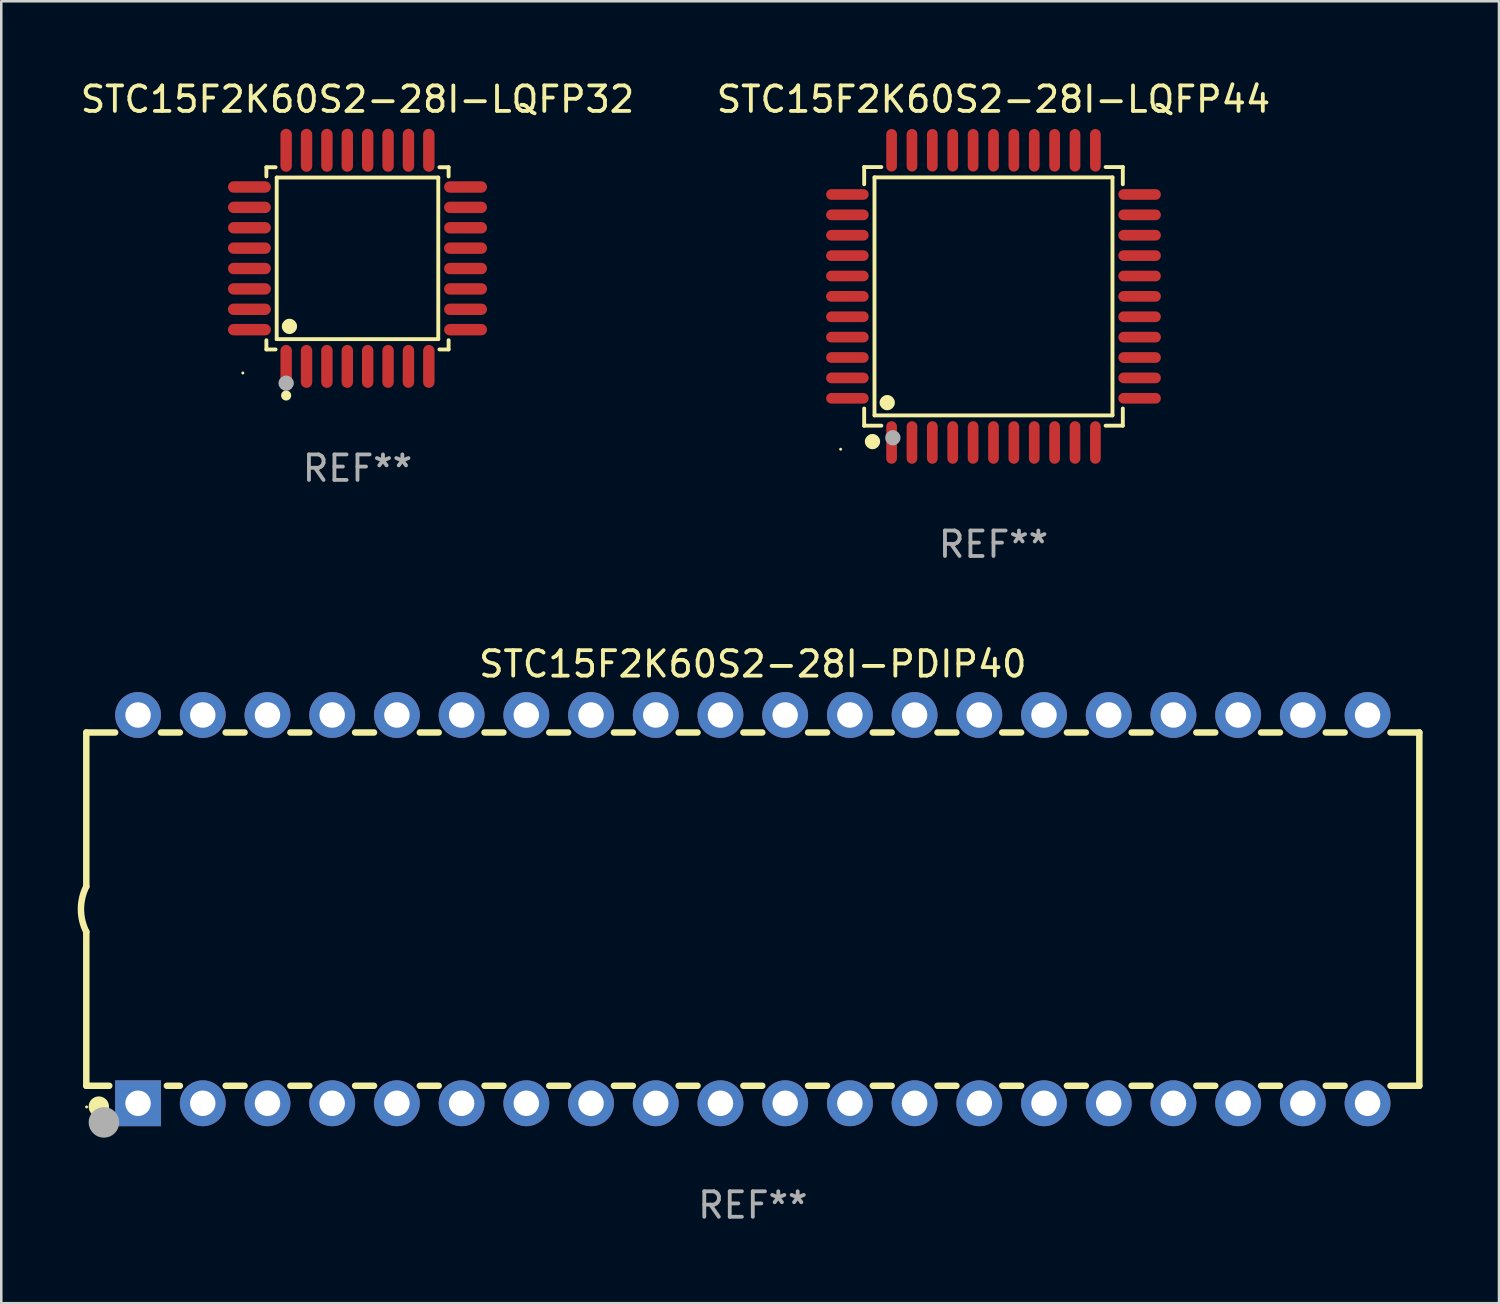
<source format=kicad_pcb>
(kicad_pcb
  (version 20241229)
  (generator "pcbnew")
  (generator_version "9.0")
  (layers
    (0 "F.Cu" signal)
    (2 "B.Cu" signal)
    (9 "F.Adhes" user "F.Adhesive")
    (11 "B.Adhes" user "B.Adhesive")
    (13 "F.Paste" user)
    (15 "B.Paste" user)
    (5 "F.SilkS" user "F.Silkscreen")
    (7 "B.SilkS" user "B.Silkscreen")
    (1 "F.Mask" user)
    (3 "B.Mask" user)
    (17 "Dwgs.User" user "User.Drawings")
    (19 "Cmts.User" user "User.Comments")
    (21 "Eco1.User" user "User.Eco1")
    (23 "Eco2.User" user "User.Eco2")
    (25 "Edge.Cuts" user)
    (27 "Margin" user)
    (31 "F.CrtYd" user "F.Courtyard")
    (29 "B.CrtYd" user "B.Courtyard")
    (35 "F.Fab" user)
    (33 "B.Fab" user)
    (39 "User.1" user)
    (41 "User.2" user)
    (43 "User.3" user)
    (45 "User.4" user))
  (footprint "STC15F2K60S2-28I-LQFP44"
    (layer "F.Cu")
    (at 35.946 8.583)
    (property "Reference" "STC15F2K60S2-28I-LQFP44" (at 0 -7.735 0) (layer "F.SilkS") (effects (font (size 1 1) (thickness 0.15))))
    (attr through_hole)
    (fp_line (start -5.076 -5.076) (end -4.401 -5.076) (stroke (width 0.152) (type solid)) (layer "F.SilkS"))
    (fp_line (start -5.076 -4.401) (end -5.076 -5.076) (stroke (width 0.152) (type solid)) (layer "F.SilkS"))
    (fp_line (start -5.076 4.401) (end -5.076 5.076) (stroke (width 0.152) (type solid)) (layer "F.SilkS"))
    (fp_line (start -5.076 5.076) (end -4.401 5.076) (stroke (width 0.152) (type solid)) (layer "F.SilkS"))
    (fp_line (start -4.671 -4.671) (end 4.671 -4.671) (stroke (width 0.152) (type solid)) (layer "F.SilkS"))
    (fp_line (start -4.671 4.671) (end -4.671 -4.671) (stroke (width 0.152) (type solid)) (layer "F.SilkS"))
    (fp_line (start 4.671 -4.671) (end 4.671 4.671) (stroke (width 0.152) (type solid)) (layer "F.SilkS"))
    (fp_line (start 4.671 4.671) (end -4.671 4.671) (stroke (width 0.152) (type solid)) (layer "F.SilkS"))
    (fp_line (start 5.076 -5.076) (end 4.401 -5.076) (stroke (width 0.152) (type solid)) (layer "F.SilkS"))
    (fp_line (start 5.076 -4.401) (end 5.076 -5.076) (stroke (width 0.152) (type solid)) (layer "F.SilkS"))
    (fp_line (start 5.076 4.401) (end 5.076 5.076) (stroke (width 0.152) (type solid)) (layer "F.SilkS"))
    (fp_line (start 5.076 5.076) (end 4.401 5.076) (stroke (width 0.152) (type solid)) (layer "F.SilkS"))
    (fp_circle (center -6 6) (end -5.97 6) (stroke (width 0.06) (type solid)) (fill no) (layer "F.SilkS"))
    (fp_circle (center -4.75 5.7) (end -4.6 5.7) (stroke (width 0.3) (type solid)) (fill no) (layer "F.SilkS"))
    (fp_circle (center -4.171 4.171) (end -4.021 4.171) (stroke (width 0.3) (type solid)) (fill no) (layer "F.SilkS"))
    (fp_circle (center -3.95 5.55) (end -3.8 5.55) (stroke (width 0.3) (type solid)) (fill no) (layer "F.Fab"))
    (fp_text user "REF**" (at 0 9.735 0) (layer "F.Fab") (effects (font (size 1 1) (thickness 0.15))))
    (pad "1" smd oval (at -4 5.735) (size 0.42 1.67) (layers "F.Cu" "F.Mask" "F.Paste"))
    (pad "2" smd oval (at -3.2 5.735) (size 0.42 1.67) (layers "F.Cu" "F.Mask" "F.Paste"))
    (pad "3" smd oval (at -2.4 5.735) (size 0.42 1.67) (layers "F.Cu" "F.Mask" "F.Paste"))
    (pad "4" smd oval (at -1.6 5.735) (size 0.42 1.67) (layers "F.Cu" "F.Mask" "F.Paste"))
    (pad "5" smd oval (at -0.8 5.735) (size 0.42 1.67) (layers "F.Cu" "F.Mask" "F.Paste"))
    (pad "6" smd oval (at 0 5.735) (size 0.42 1.67) (layers "F.Cu" "F.Mask" "F.Paste"))
    (pad "7" smd oval (at 0.8 5.735) (size 0.42 1.67) (layers "F.Cu" "F.Mask" "F.Paste"))
    (pad "8" smd oval (at 1.6 5.735) (size 0.42 1.67) (layers "F.Cu" "F.Mask" "F.Paste"))
    (pad "9" smd oval (at 2.4 5.735) (size 0.42 1.67) (layers "F.Cu" "F.Mask" "F.Paste"))
    (pad "10" smd oval (at 3.2 5.735) (size 0.42 1.67) (layers "F.Cu" "F.Mask" "F.Paste"))
    (pad "11" smd oval (at 4 5.735) (size 0.42 1.67) (layers "F.Cu" "F.Mask" "F.Paste"))
    (pad "12" smd oval (at 5.735 4) (size 1.67 0.42) (layers "F.Cu" "F.Mask" "F.Paste"))
    (pad "13" smd oval (at 5.735 3.2) (size 1.67 0.42) (layers "F.Cu" "F.Mask" "F.Paste"))
    (pad "14" smd oval (at 5.735 2.4) (size 1.67 0.42) (layers "F.Cu" "F.Mask" "F.Paste"))
    (pad "15" smd oval (at 5.735 1.6) (size 1.67 0.42) (layers "F.Cu" "F.Mask" "F.Paste"))
    (pad "16" smd oval (at 5.735 0.8) (size 1.67 0.42) (layers "F.Cu" "F.Mask" "F.Paste"))
    (pad "17" smd oval (at 5.735 0) (size 1.67 0.42) (layers "F.Cu" "F.Mask" "F.Paste"))
    (pad "18" smd oval (at 5.735 -0.8) (size 1.67 0.42) (layers "F.Cu" "F.Mask" "F.Paste"))
    (pad "19" smd oval (at 5.735 -1.6) (size 1.67 0.42) (layers "F.Cu" "F.Mask" "F.Paste"))
    (pad "20" smd oval (at 5.735 -2.4) (size 1.67 0.42) (layers "F.Cu" "F.Mask" "F.Paste"))
    (pad "21" smd oval (at 5.735 -3.2) (size 1.67 0.42) (layers "F.Cu" "F.Mask" "F.Paste"))
    (pad "22" smd oval (at 5.735 -4) (size 1.67 0.42) (layers "F.Cu" "F.Mask" "F.Paste"))
    (pad "23" smd oval (at 4 -5.735) (size 0.42 1.67) (layers "F.Cu" "F.Mask" "F.Paste"))
    (pad "24" smd oval (at 3.2 -5.735) (size 0.42 1.67) (layers "F.Cu" "F.Mask" "F.Paste"))
    (pad "25" smd oval (at 2.4 -5.735) (size 0.42 1.67) (layers "F.Cu" "F.Mask" "F.Paste"))
    (pad "26" smd oval (at 1.6 -5.735) (size 0.42 1.67) (layers "F.Cu" "F.Mask" "F.Paste"))
    (pad "27" smd oval (at 0.8 -5.735) (size 0.42 1.67) (layers "F.Cu" "F.Mask" "F.Paste"))
    (pad "28" smd oval (at 0 -5.735) (size 0.42 1.67) (layers "F.Cu" "F.Mask" "F.Paste"))
    (pad "29" smd oval (at -0.8 -5.735) (size 0.42 1.67) (layers "F.Cu" "F.Mask" "F.Paste"))
    (pad "30" smd oval (at -1.6 -5.735) (size 0.42 1.67) (layers "F.Cu" "F.Mask" "F.Paste"))
    (pad "31" smd oval (at -2.4 -5.735) (size 0.42 1.67) (layers "F.Cu" "F.Mask" "F.Paste"))
    (pad "32" smd oval (at -3.2 -5.735) (size 0.42 1.67) (layers "F.Cu" "F.Mask" "F.Paste"))
    (pad "33" smd oval (at -4 -5.735) (size 0.42 1.67) (layers "F.Cu" "F.Mask" "F.Paste"))
    (pad "34" smd oval (at -5.735 -4) (size 1.67 0.42) (layers "F.Cu" "F.Mask" "F.Paste"))
    (pad "35" smd oval (at -5.735 -3.2) (size 1.67 0.42) (layers "F.Cu" "F.Mask" "F.Paste"))
    (pad "36" smd oval (at -5.735 -2.4) (size 1.67 0.42) (layers "F.Cu" "F.Mask" "F.Paste"))
    (pad "37" smd oval (at -5.735 -1.6) (size 1.67 0.42) (layers "F.Cu" "F.Mask" "F.Paste"))
    (pad "38" smd oval (at -5.735 -0.8) (size 1.67 0.42) (layers "F.Cu" "F.Mask" "F.Paste"))
    (pad "39" smd oval (at -5.735 0) (size 1.67 0.42) (layers "F.Cu" "F.Mask" "F.Paste"))
    (pad "40" smd oval (at -5.735 0.8) (size 1.67 0.42) (layers "F.Cu" "F.Mask" "F.Paste"))
    (pad "41" smd oval (at -5.735 1.6) (size 1.67 0.42) (layers "F.Cu" "F.Mask" "F.Paste"))
    (pad "42" smd oval (at -5.735 2.4) (size 1.67 0.42) (layers "F.Cu" "F.Mask" "F.Paste"))
    (pad "43" smd oval (at -5.735 3.2) (size 1.67 0.42) (layers "F.Cu" "F.Mask" "F.Paste"))
    (pad "44" smd oval (at -5.735 4) (size 1.67 0.42) (layers "F.Cu" "F.Mask" "F.Paste")))
  (footprint "STC15F2K60S2-28I-LQFP32"
    (layer "F.Cu")
    (at 10.982 7.09)
    (property "Reference" "STC15F2K60S2-28I-LQFP32" (at 0 -6.242 0) (layer "F.SilkS") (effects (font (size 1 1) (thickness 0.15))))
    (attr through_hole)
    (fp_line (start -3.576 -3.576) (end -3.215 -3.576) (stroke (width 0.152) (type solid)) (layer "F.SilkS"))
    (fp_line (start -3.576 -3.215) (end -3.576 -3.576) (stroke (width 0.152) (type solid)) (layer "F.SilkS"))
    (fp_line (start -3.576 3.215) (end -3.576 3.576) (stroke (width 0.152) (type solid)) (layer "F.SilkS"))
    (fp_line (start -3.576 3.576) (end -3.215 3.576) (stroke (width 0.152) (type solid)) (layer "F.SilkS"))
    (fp_line (start -3.171 -3.171) (end 3.171 -3.171) (stroke (width 0.152) (type solid)) (layer "F.SilkS"))
    (fp_line (start -3.171 3.171) (end -3.171 -3.171) (stroke (width 0.152) (type solid)) (layer "F.SilkS"))
    (fp_line (start 3.171 -3.171) (end 3.171 3.171) (stroke (width 0.152) (type solid)) (layer "F.SilkS"))
    (fp_line (start 3.171 3.171) (end -3.171 3.171) (stroke (width 0.152) (type solid)) (layer "F.SilkS"))
    (fp_line (start 3.576 -3.576) (end 3.215 -3.576) (stroke (width 0.152) (type solid)) (layer "F.SilkS"))
    (fp_line (start 3.576 -3.215) (end 3.576 -3.576) (stroke (width 0.152) (type solid)) (layer "F.SilkS"))
    (fp_line (start 3.576 3.215) (end 3.576 3.576) (stroke (width 0.152) (type solid)) (layer "F.SilkS"))
    (fp_line (start 3.576 3.576) (end 3.215 3.576) (stroke (width 0.152) (type solid)) (layer "F.SilkS"))
    (fp_circle (center -4.5 4.5) (end -4.47 4.5) (stroke (width 0.06) (type solid)) (fill no) (layer "F.SilkS"))
    (fp_circle (center -2.8 5.384) (end -2.7 5.384) (stroke (width 0.2) (type solid)) (fill no) (layer "F.SilkS"))
    (fp_circle (center -2.671 2.671) (end -2.521 2.671) (stroke (width 0.3) (type solid)) (fill no) (layer "F.SilkS"))
    (fp_circle (center -2.8 4.9) (end -2.65 4.9) (stroke (width 0.3) (type solid)) (fill no) (layer "F.Fab"))
    (fp_text user "REF**" (at 0 8.242 0) (layer "F.Fab") (effects (font (size 1 1) (thickness 0.15))))
    (pad "1" smd oval (at -2.8 4.242) (size 0.448 1.684) (layers "F.Cu" "F.Mask" "F.Paste"))
    (pad "2" smd oval (at -2 4.242) (size 0.448 1.684) (layers "F.Cu" "F.Mask" "F.Paste"))
    (pad "3" smd oval (at -1.2 4.242) (size 0.448 1.684) (layers "F.Cu" "F.Mask" "F.Paste"))
    (pad "4" smd oval (at -0.4 4.242) (size 0.448 1.684) (layers "F.Cu" "F.Mask" "F.Paste"))
    (pad "5" smd oval (at 0.4 4.242) (size 0.448 1.684) (layers "F.Cu" "F.Mask" "F.Paste"))
    (pad "6" smd oval (at 1.2 4.242) (size 0.448 1.684) (layers "F.Cu" "F.Mask" "F.Paste"))
    (pad "7" smd oval (at 2 4.242) (size 0.448 1.684) (layers "F.Cu" "F.Mask" "F.Paste"))
    (pad "8" smd oval (at 2.8 4.242) (size 0.448 1.684) (layers "F.Cu" "F.Mask" "F.Paste"))
    (pad "9" smd oval (at 4.242 2.8) (size 1.684 0.448) (layers "F.Cu" "F.Mask" "F.Paste"))
    (pad "10" smd oval (at 4.242 2) (size 1.684 0.448) (layers "F.Cu" "F.Mask" "F.Paste"))
    (pad "11" smd oval (at 4.242 1.2) (size 1.684 0.448) (layers "F.Cu" "F.Mask" "F.Paste"))
    (pad "12" smd oval (at 4.242 0.4) (size 1.684 0.448) (layers "F.Cu" "F.Mask" "F.Paste"))
    (pad "13" smd oval (at 4.242 -0.4) (size 1.684 0.448) (layers "F.Cu" "F.Mask" "F.Paste"))
    (pad "14" smd oval (at 4.242 -1.2) (size 1.684 0.448) (layers "F.Cu" "F.Mask" "F.Paste"))
    (pad "15" smd oval (at 4.242 -2) (size 1.684 0.448) (layers "F.Cu" "F.Mask" "F.Paste"))
    (pad "16" smd oval (at 4.242 -2.8) (size 1.684 0.448) (layers "F.Cu" "F.Mask" "F.Paste"))
    (pad "17" smd oval (at 2.8 -4.242) (size 0.448 1.684) (layers "F.Cu" "F.Mask" "F.Paste"))
    (pad "18" smd oval (at 2 -4.242) (size 0.448 1.684) (layers "F.Cu" "F.Mask" "F.Paste"))
    (pad "19" smd oval (at 1.2 -4.242) (size 0.448 1.684) (layers "F.Cu" "F.Mask" "F.Paste"))
    (pad "20" smd oval (at 0.4 -4.242) (size 0.448 1.684) (layers "F.Cu" "F.Mask" "F.Paste"))
    (pad "21" smd oval (at -0.4 -4.242) (size 0.448 1.684) (layers "F.Cu" "F.Mask" "F.Paste"))
    (pad "22" smd oval (at -1.2 -4.242) (size 0.448 1.684) (layers "F.Cu" "F.Mask" "F.Paste"))
    (pad "23" smd oval (at -2 -4.242) (size 0.448 1.684) (layers "F.Cu" "F.Mask" "F.Paste"))
    (pad "24" smd oval (at -2.8 -4.242) (size 0.448 1.684) (layers "F.Cu" "F.Mask" "F.Paste"))
    (pad "25" smd oval (at -4.242 -2.8) (size 1.684 0.448) (layers "F.Cu" "F.Mask" "F.Paste"))
    (pad "26" smd oval (at -4.242 -2) (size 1.684 0.448) (layers "F.Cu" "F.Mask" "F.Paste"))
    (pad "27" smd oval (at -4.242 -1.2) (size 1.684 0.448) (layers "F.Cu" "F.Mask" "F.Paste"))
    (pad "28" smd oval (at -4.242 -0.4) (size 1.684 0.448) (layers "F.Cu" "F.Mask" "F.Paste"))
    (pad "29" smd oval (at -4.242 0.4) (size 1.684 0.448) (layers "F.Cu" "F.Mask" "F.Paste"))
    (pad "30" smd oval (at -4.242 1.2) (size 1.684 0.448) (layers "F.Cu" "F.Mask" "F.Paste"))
    (pad "31" smd oval (at -4.242 2) (size 1.684 0.448) (layers "F.Cu" "F.Mask" "F.Paste"))
    (pad "32" smd oval (at -4.242 2.8) (size 1.684 0.448) (layers "F.Cu" "F.Mask" "F.Paste")))
  (footprint "STC15F2K60S2-28I-PDIP40"
    (layer "F.Cu")
    (at 26.499 32.635)
    (property "Reference" "STC15F2K60S2-28I-PDIP40" (at 0 -9.62 0) (layer "F.SilkS") (effects (font (size 1 1) (thickness 0.15))))
    (attr through_hole)
    (fp_line (start -26.162 -6.934) (end -26.162 -0.889) (stroke (width 0.254) (type solid)) (layer "F.SilkS"))
    (fp_line (start -26.162 -6.934) (end -25.029 -6.934) (stroke (width 0.254) (type solid)) (layer "F.SilkS"))
    (fp_line (start -26.162 6.934) (end -26.162 0.889) (stroke (width 0.254) (type solid)) (layer "F.SilkS"))
    (fp_line (start -26.162 6.934) (end -25.261 6.934) (stroke (width 0.254) (type solid)) (layer "F.SilkS"))
    (fp_line (start -23.231 -6.934) (end -22.489 -6.934) (stroke (width 0.254) (type solid)) (layer "F.SilkS"))
    (fp_line (start -22.999 6.934) (end -22.489 6.934) (stroke (width 0.254) (type solid)) (layer "F.SilkS"))
    (fp_line (start -20.691 -6.934) (end -19.949 -6.934) (stroke (width 0.254) (type solid)) (layer "F.SilkS"))
    (fp_line (start -20.691 6.934) (end -19.949 6.934) (stroke (width 0.254) (type solid)) (layer "F.SilkS"))
    (fp_line (start -18.151 -6.934) (end -17.409 -6.934) (stroke (width 0.254) (type solid)) (layer "F.SilkS"))
    (fp_line (start -18.151 6.934) (end -17.409 6.934) (stroke (width 0.254) (type solid)) (layer "F.SilkS"))
    (fp_line (start -15.611 -6.934) (end -14.869 -6.934) (stroke (width 0.254) (type solid)) (layer "F.SilkS"))
    (fp_line (start -15.611 6.934) (end -14.869 6.934) (stroke (width 0.254) (type solid)) (layer "F.SilkS"))
    (fp_line (start -13.071 -6.934) (end -12.329 -6.934) (stroke (width 0.254) (type solid)) (layer "F.SilkS"))
    (fp_line (start -13.071 6.934) (end -12.329 6.934) (stroke (width 0.254) (type solid)) (layer "F.SilkS"))
    (fp_line (start -10.531 -6.934) (end -9.789 -6.934) (stroke (width 0.254) (type solid)) (layer "F.SilkS"))
    (fp_line (start -10.531 6.934) (end -9.789 6.934) (stroke (width 0.254) (type solid)) (layer "F.SilkS"))
    (fp_line (start -7.991 -6.934) (end -7.249 -6.934) (stroke (width 0.254) (type solid)) (layer "F.SilkS"))
    (fp_line (start -7.991 6.934) (end -7.249 6.934) (stroke (width 0.254) (type solid)) (layer "F.SilkS"))
    (fp_line (start -5.451 -6.934) (end -4.709 -6.934) (stroke (width 0.254) (type solid)) (layer "F.SilkS"))
    (fp_line (start -5.451 6.934) (end -4.709 6.934) (stroke (width 0.254) (type solid)) (layer "F.SilkS"))
    (fp_line (start -2.911 -6.934) (end -2.169 -6.934) (stroke (width 0.254) (type solid)) (layer "F.SilkS"))
    (fp_line (start -2.911 6.934) (end -2.169 6.934) (stroke (width 0.254) (type solid)) (layer "F.SilkS"))
    (fp_line (start -0.371 -6.934) (end 0.371 -6.934) (stroke (width 0.254) (type solid)) (layer "F.SilkS"))
    (fp_line (start -0.371 6.934) (end 0.371 6.934) (stroke (width 0.254) (type solid)) (layer "F.SilkS"))
    (fp_line (start 2.169 -6.934) (end 2.911 -6.934) (stroke (width 0.254) (type solid)) (layer "F.SilkS"))
    (fp_line (start 2.169 6.934) (end 2.911 6.934) (stroke (width 0.254) (type solid)) (layer "F.SilkS"))
    (fp_line (start 4.709 -6.934) (end 5.451 -6.934) (stroke (width 0.254) (type solid)) (layer "F.SilkS"))
    (fp_line (start 4.709 6.934) (end 5.451 6.934) (stroke (width 0.254) (type solid)) (layer "F.SilkS"))
    (fp_line (start 7.249 -6.934) (end 7.991 -6.934) (stroke (width 0.254) (type solid)) (layer "F.SilkS"))
    (fp_line (start 7.249 6.934) (end 7.991 6.934) (stroke (width 0.254) (type solid)) (layer "F.SilkS"))
    (fp_line (start 9.789 -6.934) (end 10.531 -6.934) (stroke (width 0.254) (type solid)) (layer "F.SilkS"))
    (fp_line (start 9.789 6.934) (end 10.531 6.934) (stroke (width 0.254) (type solid)) (layer "F.SilkS"))
    (fp_line (start 12.329 -6.934) (end 13.071 -6.934) (stroke (width 0.254) (type solid)) (layer "F.SilkS"))
    (fp_line (start 12.329 6.934) (end 13.071 6.934) (stroke (width 0.254) (type solid)) (layer "F.SilkS"))
    (fp_line (start 14.869 -6.934) (end 15.611 -6.934) (stroke (width 0.254) (type solid)) (layer "F.SilkS"))
    (fp_line (start 14.869 6.934) (end 15.611 6.934) (stroke (width 0.254) (type solid)) (layer "F.SilkS"))
    (fp_line (start 17.409 -6.934) (end 18.151 -6.934) (stroke (width 0.254) (type solid)) (layer "F.SilkS"))
    (fp_line (start 17.409 6.934) (end 18.151 6.934) (stroke (width 0.254) (type solid)) (layer "F.SilkS"))
    (fp_line (start 19.949 -6.934) (end 20.691 -6.934) (stroke (width 0.254) (type solid)) (layer "F.SilkS"))
    (fp_line (start 19.949 6.934) (end 20.691 6.934) (stroke (width 0.254) (type solid)) (layer "F.SilkS"))
    (fp_line (start 22.489 -6.934) (end 23.231 -6.934) (stroke (width 0.254) (type solid)) (layer "F.SilkS"))
    (fp_line (start 22.489 6.934) (end 23.231 6.934) (stroke (width 0.254) (type solid)) (layer "F.SilkS"))
    (fp_line (start 25.029 -6.934) (end 26.162 -6.934) (stroke (width 0.254) (type solid)) (layer "F.SilkS"))
    (fp_line (start 25.029 6.934) (end 26.162 6.934) (stroke (width 0.254) (type solid)) (layer "F.SilkS"))
    (fp_line (start 26.162 -6.934) (end 26.162 6.934) (stroke (width 0.254) (type solid)) (layer "F.SilkS"))
    (fp_arc (start -26.162052 0.889001) (mid -26.371917 0) (end -26.162052 -0.889002) (stroke (width 0.254001) (type solid)) (layer "F.SilkS"))
    (fp_circle (center -26.15 7.765) (end -26.12 7.765) (stroke (width 0.06) (type solid)) (fill no) (layer "F.SilkS"))
    (fp_circle (center -25.67 7.75) (end -25.47 7.75) (stroke (width 0.4) (type solid)) (fill no) (layer "F.SilkS"))
    (fp_circle (center -25.47 8.37) (end -25.17 8.37) (stroke (width 0.6) (type solid)) (fill no) (layer "F.Fab"))
    (fp_text user "REF**" (at 0 11.62 0) (layer "F.Fab") (effects (font (size 1 1) (thickness 0.15))))
    (pad "1" thru_hole rect (at -24.13 7.62) (size 1.8 1.8) (drill 1) (layers "*.Cu" "*.Mask"))
    (pad "2" thru_hole circle (at -21.59 7.62) (size 1.8 1.8) (drill 1) (layers "*.Cu" "*.Mask"))
    (pad "3" thru_hole circle (at -19.05 7.62) (size 1.8 1.8) (drill 1) (layers "*.Cu" "*.Mask"))
    (pad "4" thru_hole circle (at -16.51 7.62) (size 1.8 1.8) (drill 1) (layers "*.Cu" "*.Mask"))
    (pad "5" thru_hole circle (at -13.97 7.62) (size 1.8 1.8) (drill 1) (layers "*.Cu" "*.Mask"))
    (pad "6" thru_hole circle (at -11.43 7.62) (size 1.8 1.8) (drill 1) (layers "*.Cu" "*.Mask"))
    (pad "7" thru_hole circle (at -8.89 7.62) (size 1.8 1.8) (drill 1) (layers "*.Cu" "*.Mask"))
    (pad "8" thru_hole circle (at -6.35 7.62) (size 1.8 1.8) (drill 1) (layers "*.Cu" "*.Mask"))
    (pad "9" thru_hole circle (at -3.81 7.62) (size 1.8 1.8) (drill 1) (layers "*.Cu" "*.Mask"))
    (pad "10" thru_hole circle (at -1.27 7.62) (size 1.8 1.8) (drill 1) (layers "*.Cu" "*.Mask"))
    (pad "11" thru_hole circle (at 1.27 7.62) (size 1.8 1.8) (drill 1) (layers "*.Cu" "*.Mask"))
    (pad "12" thru_hole circle (at 3.81 7.62) (size 1.8 1.8) (drill 1) (layers "*.Cu" "*.Mask"))
    (pad "13" thru_hole circle (at 6.35 7.62) (size 1.8 1.8) (drill 1) (layers "*.Cu" "*.Mask"))
    (pad "14" thru_hole circle (at 8.89 7.62) (size 1.8 1.8) (drill 1) (layers "*.Cu" "*.Mask"))
    (pad "15" thru_hole circle (at 11.43 7.62) (size 1.8 1.8) (drill 1) (layers "*.Cu" "*.Mask"))
    (pad "16" thru_hole circle (at 13.97 7.62) (size 1.8 1.8) (drill 1) (layers "*.Cu" "*.Mask"))
    (pad "17" thru_hole circle (at 16.51 7.62) (size 1.8 1.8) (drill 1) (layers "*.Cu" "*.Mask"))
    (pad "18" thru_hole circle (at 19.05 7.62) (size 1.8 1.8) (drill 1) (layers "*.Cu" "*.Mask"))
    (pad "19" thru_hole circle (at 21.59 7.62) (size 1.8 1.8) (drill 1) (layers "*.Cu" "*.Mask"))
    (pad "20" thru_hole circle (at 24.13 7.62) (size 1.8 1.8) (drill 1) (layers "*.Cu" "*.Mask"))
    (pad "21" thru_hole circle (at 24.13 -7.62) (size 1.8 1.8) (drill 1) (layers "*.Cu" "*.Mask"))
    (pad "22" thru_hole circle (at 21.59 -7.62) (size 1.8 1.8) (drill 1) (layers "*.Cu" "*.Mask"))
    (pad "23" thru_hole circle (at 19.05 -7.62) (size 1.8 1.8) (drill 1) (layers "*.Cu" "*.Mask"))
    (pad "24" thru_hole circle (at 16.51 -7.62) (size 1.8 1.8) (drill 1) (layers "*.Cu" "*.Mask"))
    (pad "25" thru_hole circle (at 13.97 -7.62) (size 1.8 1.8) (drill 1) (layers "*.Cu" "*.Mask"))
    (pad "26" thru_hole circle (at 11.43 -7.62) (size 1.8 1.8) (drill 1) (layers "*.Cu" "*.Mask"))
    (pad "27" thru_hole circle (at 8.89 -7.62) (size 1.8 1.8) (drill 1) (layers "*.Cu" "*.Mask"))
    (pad "28" thru_hole circle (at 6.35 -7.62) (size 1.8 1.8) (drill 1) (layers "*.Cu" "*.Mask"))
    (pad "29" thru_hole circle (at 3.81 -7.62) (size 1.8 1.8) (drill 1) (layers "*.Cu" "*.Mask"))
    (pad "30" thru_hole circle (at 1.27 -7.62) (size 1.8 1.8) (drill 1) (layers "*.Cu" "*.Mask"))
    (pad "31" thru_hole circle (at -1.27 -7.62) (size 1.8 1.8) (drill 1) (layers "*.Cu" "*.Mask"))
    (pad "32" thru_hole circle (at -3.81 -7.62) (size 1.8 1.8) (drill 1) (layers "*.Cu" "*.Mask"))
    (pad "33" thru_hole circle (at -6.35 -7.62) (size 1.8 1.8) (drill 1) (layers "*.Cu" "*.Mask"))
    (pad "34" thru_hole circle (at -8.89 -7.62) (size 1.8 1.8) (drill 1) (layers "*.Cu" "*.Mask"))
    (pad "35" thru_hole circle (at -11.43 -7.62) (size 1.8 1.8) (drill 1) (layers "*.Cu" "*.Mask"))
    (pad "36" thru_hole circle (at -13.97 -7.62) (size 1.8 1.8) (drill 1) (layers "*.Cu" "*.Mask"))
    (pad "37" thru_hole circle (at -16.51 -7.62) (size 1.8 1.8) (drill 1) (layers "*.Cu" "*.Mask"))
    (pad "38" thru_hole circle (at -19.05 -7.62) (size 1.8 1.8) (drill 1) (layers "*.Cu" "*.Mask"))
    (pad "39" thru_hole circle (at -21.59 -7.62) (size 1.8 1.8) (drill 1) (layers "*.Cu" "*.Mask"))
    (pad "40" thru_hole circle (at -24.13 -7.62) (size 1.8 1.8) (drill 1) (layers "*.Cu" "*.Mask")))
  (gr_rect
    (start -3 -3)
    (end 55.788 48.103)
    (stroke (width 0.1) (type default))
    (fill no)
    (layer "Edge.Cuts")))
</source>
